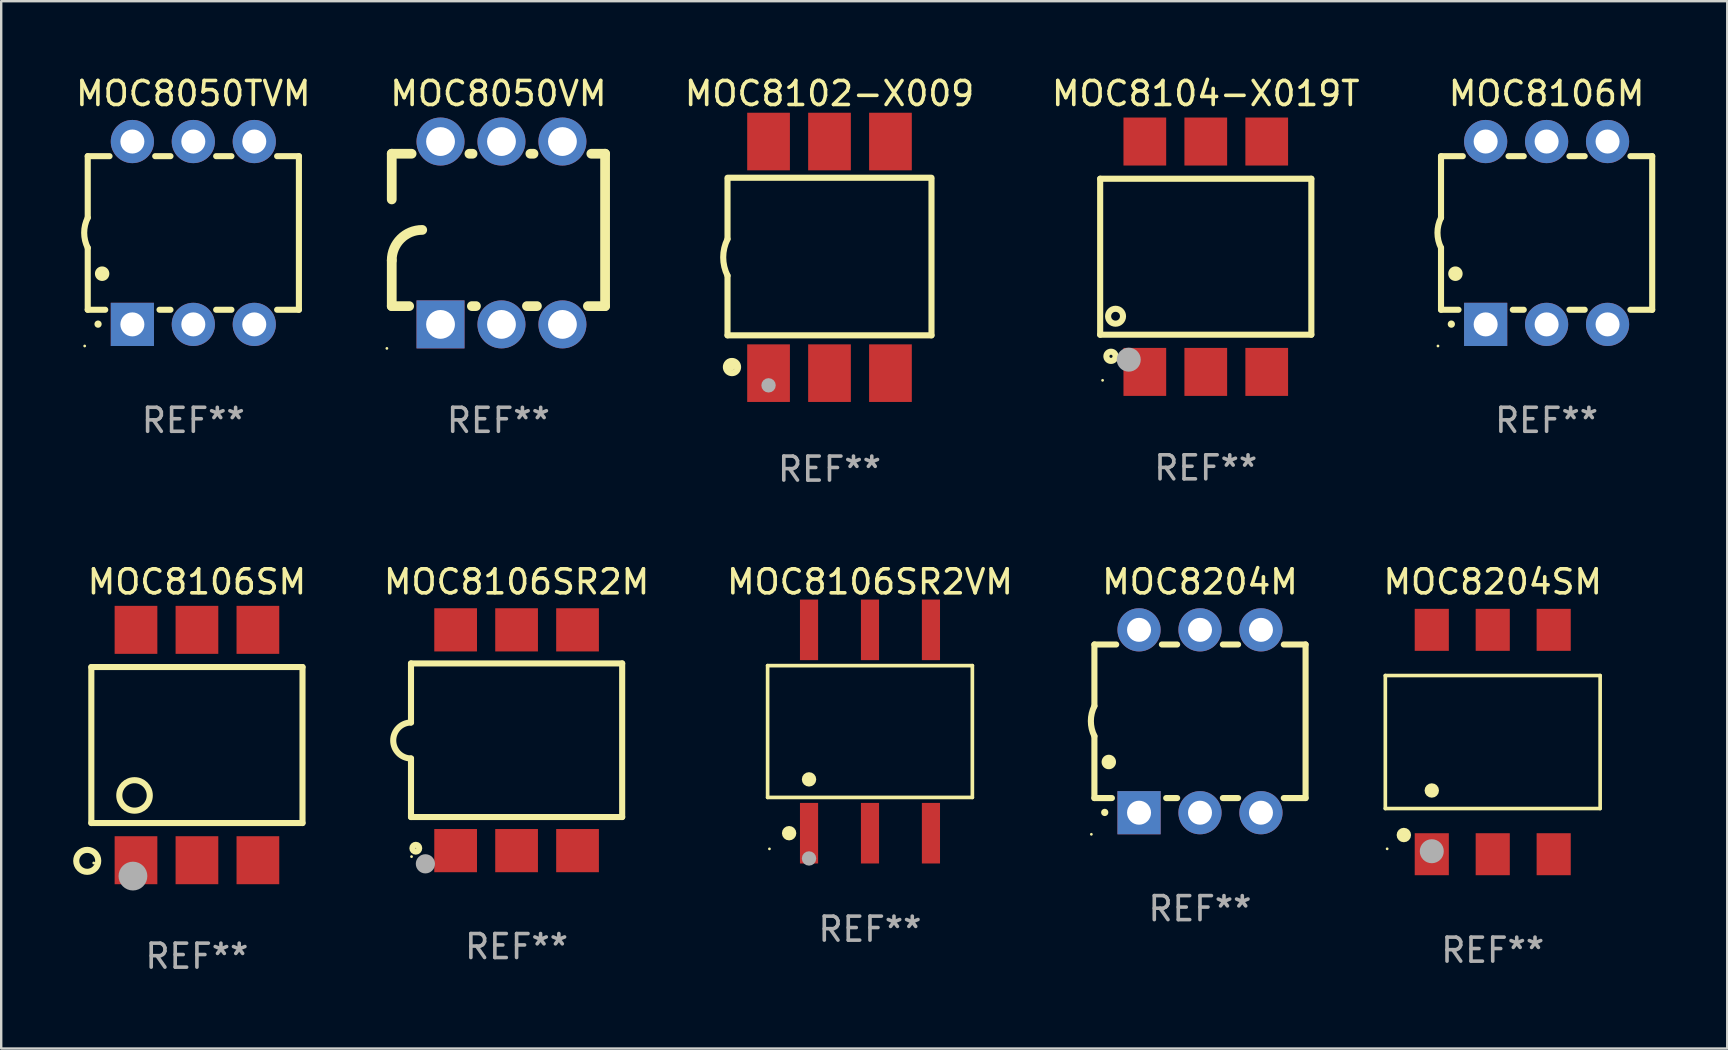
<source format=kicad_pcb>
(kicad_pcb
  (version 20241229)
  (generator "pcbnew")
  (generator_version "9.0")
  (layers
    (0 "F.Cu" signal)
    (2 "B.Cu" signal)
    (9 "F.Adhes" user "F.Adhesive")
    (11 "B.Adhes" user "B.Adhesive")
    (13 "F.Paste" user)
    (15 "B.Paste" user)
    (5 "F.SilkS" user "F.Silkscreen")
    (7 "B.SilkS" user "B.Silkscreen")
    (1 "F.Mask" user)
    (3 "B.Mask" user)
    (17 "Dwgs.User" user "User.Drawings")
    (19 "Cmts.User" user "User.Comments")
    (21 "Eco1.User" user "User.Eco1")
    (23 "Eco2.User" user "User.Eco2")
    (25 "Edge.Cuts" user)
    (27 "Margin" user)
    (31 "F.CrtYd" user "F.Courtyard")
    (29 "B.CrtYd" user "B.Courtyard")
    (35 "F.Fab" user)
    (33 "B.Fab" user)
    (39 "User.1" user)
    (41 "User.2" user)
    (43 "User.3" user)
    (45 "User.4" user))
  (footprint "MOC8102-X009"
    (layer "F.Cu")
    (at 31.517 7.674)
    (property "Reference" "MOC8102-X009" (at 0 -6.826 0) (layer "F.SilkS") (effects (font (size 1 1) (thickness 0.15))))
    (attr through_hole)
    (fp_line (start -4.25 -3.317) (end 4.25 -3.317) (stroke (width 0.254) (type solid)) (layer "F.SilkS"))
    (fp_line (start -4.25 -3.25) (end -4.25 -0.762) (stroke (width 0.254) (type solid)) (layer "F.SilkS"))
    (fp_line (start -4.25 3.25) (end -4.25 0.762) (stroke (width 0.254) (type solid)) (layer "F.SilkS"))
    (fp_line (start 4.25 -3.25) (end 4.25 3.25) (stroke (width 0.254) (type solid)) (layer "F.SilkS"))
    (fp_line (start 4.25 3.25) (end -4.25 3.25) (stroke (width 0.254) (type solid)) (layer "F.SilkS"))
    (fp_arc (start -4.249429 0.762001) (mid -4.429513 0.000068) (end -4.250013 -0.762002) (stroke (width 0.254001) (type solid)) (layer "F.SilkS"))
    (fp_circle (center -4.123 4.473) (end -3.996 4.473) (stroke (width 0.254) (type solid)) (fill no) (layer "F.SilkS"))
    (fp_circle (center -4.064 4.572) (end -3.81 4.572) (stroke (width 0.254) (type solid)) (fill no) (layer "F.SilkS"))
    (fp_circle (center -2.54 5.334) (end -2.39 5.334) (stroke (width 0.3) (type solid)) (fill no) (layer "F.Fab"))
    (fp_text user "REF**" (at 0 8.826 0) (layer "F.Fab") (effects (font (size 1 1) (thickness 0.15))))
    (pad "1" smd rect (at -2.54 4.826) (size 1.78 2.4) (layers "F.Cu" "F.Mask" "F.Paste"))
    (pad "2" smd rect (at 0 4.826) (size 1.78 2.4) (layers "F.Cu" "F.Mask" "F.Paste"))
    (pad "3" smd rect (at 2.54 4.826) (size 1.78 2.4) (layers "F.Cu" "F.Mask" "F.Paste"))
    (pad "4" smd rect (at 2.54 -4.826) (size 1.78 2.4) (layers "F.Cu" "F.Mask" "F.Paste"))
    (pad "5" smd rect (at 0 -4.826) (size 1.78 2.4) (layers "F.Cu" "F.Mask" "F.Paste"))
    (pad "6" smd rect (at -2.54 -4.826) (size 1.78 2.4) (layers "F.Cu" "F.Mask" "F.Paste")))
  (footprint "MOC8050VM"
    (layer "F.Cu")
    (at 17.72 6.658)
    (property "Reference" "MOC8050VM" (at 0 -5.81 0) (layer "F.SilkS") (effects (font (size 1 1) (thickness 0.15))))
    (attr through_hole)
    (fp_line (start -4.445 -1.397) (end -4.445 -3.302) (stroke (width 0.406) (type solid)) (layer "F.SilkS"))
    (fp_line (start -4.445 3.048) (end -4.445 1.143) (stroke (width 0.406) (type solid)) (layer "F.SilkS"))
    (fp_line (start -4.445 3.048) (end -3.72 3.048) (stroke (width 0.406) (type solid)) (layer "F.SilkS"))
    (fp_line (start -3.617 -3.302) (end -4.445 -3.302) (stroke (width 0.406) (type solid)) (layer "F.SilkS"))
    (fp_line (start -1.106 3.048) (end -0.935 3.048) (stroke (width 0.406) (type solid)) (layer "F.SilkS"))
    (fp_line (start -1.077 -3.302) (end -1.209 -3.302) (stroke (width 0.406) (type solid)) (layer "F.SilkS"))
    (fp_line (start 1.189 3.048) (end 1.605 3.048) (stroke (width 0.406) (type solid)) (layer "F.SilkS"))
    (fp_line (start 1.463 -3.302) (end 1.331 -3.302) (stroke (width 0.406) (type solid)) (layer "F.SilkS"))
    (fp_line (start 3.729 3.048) (end 4.445 3.048) (stroke (width 0.406) (type solid)) (layer "F.SilkS"))
    (fp_line (start 4.445 -3.302) (end 3.871 -3.302) (stroke (width 0.406) (type solid)) (layer "F.SilkS"))
    (fp_line (start 4.445 -3.302) (end 4.445 3.048) (stroke (width 0.406) (type solid)) (layer "F.SilkS"))
    (fp_arc (start -4.444983 1.143002) (mid -4.073008 0.244974) (end -3.17498 -0.127) (stroke (width 0.4064) (type solid)) (layer "F.SilkS"))
    (fp_circle (center -4.648 4.81) (end -4.618 4.81) (stroke (width 0.06) (type solid)) (fill no) (layer "F.SilkS"))
    (fp_text user "REF**" (at 0 7.81 0) (layer "F.Fab") (effects (font (size 1 1) (thickness 0.15))))
    (pad "1" thru_hole rect (at -2.413 3.81 90) (size 2 2) (drill 1.2) (layers "*.Cu" "*.Mask"))
    (pad "2" thru_hole circle (at 0.127 3.81) (size 2 2) (drill 1.2) (layers "*.Cu" "*.Mask"))
    (pad "3" thru_hole circle (at 2.667 3.81) (size 2 2) (drill 1.2) (layers "*.Cu" "*.Mask"))
    (pad "4" thru_hole circle (at 2.667 -3.81) (size 2 2) (drill 1.2) (layers "*.Cu" "*.Mask"))
    (pad "5" thru_hole circle (at 0.127 -3.81) (size 2 2) (drill 1.2) (layers "*.Cu" "*.Mask"))
    (pad "6" thru_hole circle (at -2.413 -3.81) (size 2 2) (drill 1.2) (layers "*.Cu" "*.Mask")))
  (footprint "MOC8204M"
    (layer "F.Cu")
    (at 46.956 27.007)
    (property "Reference" "MOC8204M" (at 0 -5.81 0) (layer "F.SilkS") (effects (font (size 1 1) (thickness 0.15))))
    (attr through_hole)
    (fp_line (start -4.4 -3.2) (end -4.4 -0.635) (stroke (width 0.254) (type solid)) (layer "F.SilkS"))
    (fp_line (start -4.4 -3.2) (end -3.492 -3.2) (stroke (width 0.254) (type solid)) (layer "F.SilkS"))
    (fp_line (start -4.4 3.2) (end -4.4 0.619) (stroke (width 0.254) (type solid)) (layer "F.SilkS"))
    (fp_line (start -3.671 3.2) (end -4.4 3.2) (stroke (width 0.254) (type solid)) (layer "F.SilkS"))
    (fp_line (start -1.588 -3.2) (end -0.952 -3.2) (stroke (width 0.254) (type solid)) (layer "F.SilkS"))
    (fp_line (start -0.952 3.2) (end -1.409 3.2) (stroke (width 0.254) (type solid)) (layer "F.SilkS"))
    (fp_line (start 0.952 -3.2) (end 1.588 -3.2) (stroke (width 0.254) (type solid)) (layer "F.SilkS"))
    (fp_line (start 1.588 3.2) (end 0.952 3.2) (stroke (width 0.254) (type solid)) (layer "F.SilkS"))
    (fp_line (start 3.492 -3.2) (end 4.4 -3.2) (stroke (width 0.254) (type solid)) (layer "F.SilkS"))
    (fp_line (start 4.4 -3.2) (end 4.4 3.2) (stroke (width 0.254) (type solid)) (layer "F.SilkS"))
    (fp_line (start 4.4 3.2) (end 3.492 3.2) (stroke (width 0.254) (type solid)) (layer "F.SilkS"))
    (fp_arc (start -4.399288 0.619762) (mid -4.547636 -0.007536) (end -4.4 -0.635001) (stroke (width 0.254001) (type solid)) (layer "F.SilkS"))
    (fp_arc (start -3.970028 3.799848) (mid -3.970033 3.798578) (end -3.970028 3.797308) (stroke (width 0.3) (type solid)) (layer "F.SilkS"))
    (fp_arc (start -3.799848 1.699263) (mid -3.799859 1.696723) (end -3.799848 1.694183) (stroke (width 0.6) (type solid)) (layer "F.SilkS"))
    (fp_circle (center -4.527 4.71) (end -4.497 4.71) (stroke (width 0.06) (type solid)) (fill no) (layer "F.SilkS"))
    (fp_text user "REF**" (at 0 7.81 0) (layer "F.Fab") (effects (font (size 1 1) (thickness 0.15))))
    (pad "1" thru_hole rect (at -2.54 3.81 180) (size 1.8 1.8) (drill 1) (layers "*.Cu" "*.Mask"))
    (pad "2" thru_hole circle (at 0 3.81) (size 1.8 1.8) (drill 1) (layers "*.Cu" "*.Mask"))
    (pad "3" thru_hole circle (at 2.54 3.81) (size 1.8 1.8) (drill 1) (layers "*.Cu" "*.Mask"))
    (pad "4" thru_hole circle (at 2.54 -3.81) (size 1.8 1.8) (drill 1) (layers "*.Cu" "*.Mask"))
    (pad "5" thru_hole circle (at 0 -3.81) (size 1.8 1.8) (drill 1) (layers "*.Cu" "*.Mask"))
    (pad "6" thru_hole circle (at -2.54 -3.81) (size 1.8 1.8) (drill 1) (layers "*.Cu" "*.Mask")))
  (footprint "MOC8106M"
    (layer "F.Cu")
    (at 61.4 6.658)
    (property "Reference" "MOC8106M" (at 0 -5.81 0) (layer "F.SilkS") (effects (font (size 1 1) (thickness 0.15))))
    (attr through_hole)
    (fp_line (start -4.4 -3.2) (end -4.4 -0.635) (stroke (width 0.254) (type solid)) (layer "F.SilkS"))
    (fp_line (start -4.4 -3.2) (end -3.492 -3.2) (stroke (width 0.254) (type solid)) (layer "F.SilkS"))
    (fp_line (start -4.4 3.2) (end -4.4 0.619) (stroke (width 0.254) (type solid)) (layer "F.SilkS"))
    (fp_line (start -3.671 3.2) (end -4.4 3.2) (stroke (width 0.254) (type solid)) (layer "F.SilkS"))
    (fp_line (start -1.588 -3.2) (end -0.952 -3.2) (stroke (width 0.254) (type solid)) (layer "F.SilkS"))
    (fp_line (start -0.952 3.2) (end -1.409 3.2) (stroke (width 0.254) (type solid)) (layer "F.SilkS"))
    (fp_line (start 0.952 -3.2) (end 1.588 -3.2) (stroke (width 0.254) (type solid)) (layer "F.SilkS"))
    (fp_line (start 1.588 3.2) (end 0.952 3.2) (stroke (width 0.254) (type solid)) (layer "F.SilkS"))
    (fp_line (start 3.492 -3.2) (end 4.4 -3.2) (stroke (width 0.254) (type solid)) (layer "F.SilkS"))
    (fp_line (start 4.4 -3.2) (end 4.4 3.2) (stroke (width 0.254) (type solid)) (layer "F.SilkS"))
    (fp_line (start 4.4 3.2) (end 3.492 3.2) (stroke (width 0.254) (type solid)) (layer "F.SilkS"))
    (fp_arc (start -4.399288 0.619762) (mid -4.547636 -0.007536) (end -4.4 -0.635001) (stroke (width 0.254001) (type solid)) (layer "F.SilkS"))
    (fp_arc (start -3.970028 3.799848) (mid -3.970033 3.798578) (end -3.970028 3.797308) (stroke (width 0.3) (type solid)) (layer "F.SilkS"))
    (fp_arc (start -3.799848 1.699263) (mid -3.799859 1.696723) (end -3.799848 1.694183) (stroke (width 0.6) (type solid)) (layer "F.SilkS"))
    (fp_circle (center -4.527 4.71) (end -4.497 4.71) (stroke (width 0.06) (type solid)) (fill no) (layer "F.SilkS"))
    (fp_text user "REF**" (at 0 7.81 0) (layer "F.Fab") (effects (font (size 1 1) (thickness 0.15))))
    (pad "1" thru_hole rect (at -2.54 3.81 180) (size 1.8 1.8) (drill 1) (layers "*.Cu" "*.Mask"))
    (pad "2" thru_hole circle (at 0 3.81) (size 1.8 1.8) (drill 1) (layers "*.Cu" "*.Mask"))
    (pad "3" thru_hole circle (at 2.54 3.81) (size 1.8 1.8) (drill 1) (layers "*.Cu" "*.Mask"))
    (pad "4" thru_hole circle (at 2.54 -3.81) (size 1.8 1.8) (drill 1) (layers "*.Cu" "*.Mask"))
    (pad "5" thru_hole circle (at 0 -3.81) (size 1.8 1.8) (drill 1) (layers "*.Cu" "*.Mask"))
    (pad "6" thru_hole circle (at -2.54 -3.81) (size 1.8 1.8) (drill 1) (layers "*.Cu" "*.Mask")))
  (footprint "MOC8050TVM"
    (layer "F.Cu")
    (at 5.006 6.658)
    (property "Reference" "MOC8050TVM" (at 0 -5.81 0) (layer "F.SilkS") (effects (font (size 1 1) (thickness 0.15))))
    (attr through_hole)
    (fp_line (start -4.4 -3.2) (end -4.4 -0.635) (stroke (width 0.254) (type solid)) (layer "F.SilkS"))
    (fp_line (start -4.4 -3.2) (end -3.492 -3.2) (stroke (width 0.254) (type solid)) (layer "F.SilkS"))
    (fp_line (start -4.4 3.2) (end -4.4 0.619) (stroke (width 0.254) (type solid)) (layer "F.SilkS"))
    (fp_line (start -3.671 3.2) (end -4.4 3.2) (stroke (width 0.254) (type solid)) (layer "F.SilkS"))
    (fp_line (start -1.588 -3.2) (end -0.952 -3.2) (stroke (width 0.254) (type solid)) (layer "F.SilkS"))
    (fp_line (start -0.952 3.2) (end -1.409 3.2) (stroke (width 0.254) (type solid)) (layer "F.SilkS"))
    (fp_line (start 0.952 -3.2) (end 1.588 -3.2) (stroke (width 0.254) (type solid)) (layer "F.SilkS"))
    (fp_line (start 1.588 3.2) (end 0.952 3.2) (stroke (width 0.254) (type solid)) (layer "F.SilkS"))
    (fp_line (start 3.492 -3.2) (end 4.4 -3.2) (stroke (width 0.254) (type solid)) (layer "F.SilkS"))
    (fp_line (start 4.4 -3.2) (end 4.4 3.2) (stroke (width 0.254) (type solid)) (layer "F.SilkS"))
    (fp_line (start 4.4 3.2) (end 3.492 3.2) (stroke (width 0.254) (type solid)) (layer "F.SilkS"))
    (fp_arc (start -4.399288 0.619762) (mid -4.547636 -0.007536) (end -4.4 -0.635001) (stroke (width 0.254001) (type solid)) (layer "F.SilkS"))
    (fp_arc (start -3.970028 3.799848) (mid -3.970033 3.798578) (end -3.970028 3.797308) (stroke (width 0.3) (type solid)) (layer "F.SilkS"))
    (fp_arc (start -3.799848 1.699263) (mid -3.799859 1.696723) (end -3.799848 1.694183) (stroke (width 0.6) (type solid)) (layer "F.SilkS"))
    (fp_circle (center -4.527 4.71) (end -4.497 4.71) (stroke (width 0.06) (type solid)) (fill no) (layer "F.SilkS"))
    (fp_text user "REF**" (at 0 7.81 0) (layer "F.Fab") (effects (font (size 1 1) (thickness 0.15))))
    (pad "1" thru_hole rect (at -2.54 3.81 180) (size 1.8 1.8) (drill 1) (layers "*.Cu" "*.Mask"))
    (pad "2" thru_hole circle (at 0 3.81) (size 1.8 1.8) (drill 1) (layers "*.Cu" "*.Mask"))
    (pad "3" thru_hole circle (at 2.54 3.81) (size 1.8 1.8) (drill 1) (layers "*.Cu" "*.Mask"))
    (pad "4" thru_hole circle (at 2.54 -3.81) (size 1.8 1.8) (drill 1) (layers "*.Cu" "*.Mask"))
    (pad "5" thru_hole circle (at 0 -3.81) (size 1.8 1.8) (drill 1) (layers "*.Cu" "*.Mask"))
    (pad "6" thru_hole circle (at -2.54 -3.81) (size 1.8 1.8) (drill 1) (layers "*.Cu" "*.Mask")))
  (footprint "MOC8204SM"
    (layer "F.Cu")
    (at 59.155 27.872)
    (property "Reference" "MOC8204SM" (at 0 -6.675 0) (layer "F.SilkS") (effects (font (size 1 1) (thickness 0.15))))
    (attr through_hole)
    (fp_line (start -4.476 -2.771) (end 4.476 -2.771) (stroke (width 0.152) (type solid)) (layer "F.SilkS"))
    (fp_line (start -4.476 2.771) (end -4.476 -2.771) (stroke (width 0.152) (type solid)) (layer "F.SilkS"))
    (fp_line (start 4.476 -2.771) (end 4.476 2.771) (stroke (width 0.152) (type solid)) (layer "F.SilkS"))
    (fp_line (start 4.476 2.771) (end -4.476 2.771) (stroke (width 0.152) (type solid)) (layer "F.SilkS"))
    (fp_circle (center -4.4 4.45) (end -4.37 4.45) (stroke (width 0.06) (type solid)) (fill no) (layer "F.SilkS"))
    (fp_circle (center -3.704 3.875) (end -3.553 3.875) (stroke (width 0.3) (type solid)) (fill no) (layer "F.SilkS"))
    (fp_circle (center -2.54 2.019) (end -2.39 2.019) (stroke (width 0.3) (type solid)) (fill no) (layer "F.SilkS"))
    (fp_circle (center -2.54 4.55) (end -2.29 4.55) (stroke (width 0.5) (type solid)) (fill no) (layer "F.Fab"))
    (fp_text user "REF**" (at 0 8.675 0) (layer "F.Fab") (effects (font (size 1 1) (thickness 0.15))))
    (pad "1" smd rect (at -2.54 4.675) (size 1.422 1.75) (layers "F.Cu" "F.Mask" "F.Paste"))
    (pad "2" smd rect (at 0 4.675) (size 1.422 1.75) (layers "F.Cu" "F.Mask" "F.Paste"))
    (pad "3" smd rect (at 2.54 4.675) (size 1.422 1.75) (layers "F.Cu" "F.Mask" "F.Paste"))
    (pad "4" smd rect (at 2.54 -4.675) (size 1.422 1.75) (layers "F.Cu" "F.Mask" "F.Paste"))
    (pad "5" smd rect (at 0 -4.675) (size 1.422 1.75) (layers "F.Cu" "F.Mask" "F.Paste"))
    (pad "6" smd rect (at -2.54 -4.675) (size 1.422 1.75) (layers "F.Cu" "F.Mask" "F.Paste")))
  (footprint "MOC8104-X019T"
    (layer "F.Cu")
    (at 47.196 7.648)
    (property "Reference" "MOC8104-X019T" (at 0 -6.8 0) (layer "F.SilkS") (effects (font (size 1 1) (thickness 0.15))))
    (attr through_hole)
    (fp_line (start -4.4 -3.25) (end -4.4 3.25) (stroke (width 0.254) (type solid)) (layer "F.SilkS"))
    (fp_line (start -4.4 -3.25) (end 4.4 -3.25) (stroke (width 0.254) (type solid)) (layer "F.SilkS"))
    (fp_line (start 4.4 3.25) (end -4.4 3.25) (stroke (width 0.254) (type solid)) (layer "F.SilkS"))
    (fp_line (start 4.4 3.25) (end 4.4 -3.25) (stroke (width 0.254) (type solid)) (layer "F.SilkS"))
    (fp_circle (center -4.299 5.15) (end -4.269 5.15) (stroke (width 0.06) (type solid)) (fill no) (layer "F.SilkS"))
    (fp_circle (center -3.949 4.15) (end -3.757 4.15) (stroke (width 0.254) (type solid)) (fill no) (layer "F.SilkS"))
    (fp_circle (center -3.759 2.48) (end -3.448 2.48) (stroke (width 0.254) (type solid)) (fill no) (layer "F.SilkS"))
    (fp_circle (center -3.209 4.29) (end -2.959 4.29) (stroke (width 0.5) (type solid)) (fill no) (layer "F.Fab"))
    (fp_text user "REF**" (at 0 8.8 0) (layer "F.Fab") (effects (font (size 1 1) (thickness 0.15))))
    (pad "1" smd rect (at -2.539 4.8) (size 1.78 2) (layers "F.Cu" "F.Mask" "F.Paste"))
    (pad "2" smd rect (at 0.001 4.8) (size 1.78 2) (layers "F.Cu" "F.Mask" "F.Paste"))
    (pad "3" smd rect (at 2.541 4.8) (size 1.78 2) (layers "F.Cu" "F.Mask" "F.Paste"))
    (pad "4" smd rect (at 2.541 -4.8) (size 1.78 2) (layers "F.Cu" "F.Mask" "F.Paste"))
    (pad "5" smd rect (at 0.001 -4.8) (size 1.78 2) (layers "F.Cu" "F.Mask" "F.Paste"))
    (pad "6" smd rect (at -2.539 -4.8) (size 1.78 2) (layers "F.Cu" "F.Mask" "F.Paste")))
  (footprint "MOC8106SR2M"
    (layer "F.Cu")
    (at 18.477 27.797)
    (property "Reference" "MOC8106SR2M" (at 0 -6.6 0) (layer "F.SilkS") (effects (font (size 1 1) (thickness 0.15))))
    (attr through_hole)
    (fp_line (start -4.4 -3.2) (end 4.4 -3.2) (stroke (width 0.254) (type solid)) (layer "F.SilkS"))
    (fp_line (start -4.4 -0.74) (end -4.4 -3.2) (stroke (width 0.254) (type solid)) (layer "F.SilkS"))
    (fp_line (start -4.4 3.2) (end -4.4 0.76) (stroke (width 0.254) (type solid)) (layer "F.SilkS"))
    (fp_line (start 4.4 -3.2) (end 4.4 3.2) (stroke (width 0.254) (type solid)) (layer "F.SilkS"))
    (fp_line (start 4.4 3.2) (end -4.4 3.2) (stroke (width 0.254) (type solid)) (layer "F.SilkS"))
    (fp_arc (start -4.4 0.76002) (mid -5.148869 0.010084) (end -4.399289 -0.73914) (stroke (width 0.254001) (type solid)) (layer "F.SilkS"))
    (fp_circle (center -4.377 4.85) (end -4.347 4.85) (stroke (width 0.06) (type solid)) (fill no) (layer "F.SilkS"))
    (fp_circle (center -4.2 4.5) (end -4.058 4.5) (stroke (width 0.254) (type solid)) (fill no) (layer "F.SilkS"))
    (fp_circle (center -3.8 5.15) (end -3.6 5.15) (stroke (width 0.4) (type solid)) (fill no) (layer "F.Fab"))
    (fp_text user "REF**" (at 0 8.6 0) (layer "F.Fab") (effects (font (size 1 1) (thickness 0.15))))
    (pad "1" smd rect (at -2.54 4.6) (size 1.78 1.8) (layers "F.Cu" "F.Mask" "F.Paste"))
    (pad "2" smd rect (at 0 4.6) (size 1.78 1.8) (layers "F.Cu" "F.Mask" "F.Paste"))
    (pad "3" smd rect (at 2.54 4.6) (size 1.78 1.8) (layers "F.Cu" "F.Mask" "F.Paste"))
    (pad "4" smd rect (at 2.54 -4.6) (size 1.78 1.8) (layers "F.Cu" "F.Mask" "F.Paste"))
    (pad "5" smd rect (at 0 -4.6) (size 1.78 1.8) (layers "F.Cu" "F.Mask" "F.Paste"))
    (pad "6" smd rect (at -2.54 -4.6) (size 1.78 1.8) (layers "F.Cu" "F.Mask" "F.Paste")))
  (footprint "MOC8106SR2VM"
    (layer "F.Cu")
    (at 33.204 27.434)
    (property "Reference" "MOC8106SR2VM" (at 0 -6.237 0) (layer "F.SilkS") (effects (font (size 1 1) (thickness 0.15))))
    (attr through_hole)
    (fp_line (start -4.266 -2.746) (end 4.266 -2.746) (stroke (width 0.152) (type solid)) (layer "F.SilkS"))
    (fp_line (start -4.266 2.746) (end -4.266 -2.746) (stroke (width 0.152) (type solid)) (layer "F.SilkS"))
    (fp_line (start 4.266 -2.746) (end 4.266 2.746) (stroke (width 0.152) (type solid)) (layer "F.SilkS"))
    (fp_line (start 4.266 2.746) (end -4.266 2.746) (stroke (width 0.152) (type solid)) (layer "F.SilkS"))
    (fp_circle (center -4.19 4.89) (end -4.16 4.89) (stroke (width 0.06) (type solid)) (fill no) (layer "F.SilkS"))
    (fp_circle (center -3.37 4.237) (end -3.22 4.237) (stroke (width 0.3) (type solid)) (fill no) (layer "F.SilkS"))
    (fp_circle (center -2.54 1.994) (end -2.39 1.994) (stroke (width 0.3) (type solid)) (fill no) (layer "F.SilkS"))
    (fp_circle (center -2.54 5.29) (end -2.39 5.29) (stroke (width 0.3) (type solid)) (fill no) (layer "F.Fab"))
    (fp_text user "REF**" (at 0 8.237 0) (layer "F.Fab") (effects (font (size 1 1) (thickness 0.15))))
    (pad "1" smd rect (at -2.54 4.237) (size 0.756 2.524) (layers "F.Cu" "F.Mask" "F.Paste"))
    (pad "2" smd rect (at 0 4.237) (size 0.756 2.524) (layers "F.Cu" "F.Mask" "F.Paste"))
    (pad "3" smd rect (at 2.54 4.237) (size 0.756 2.524) (layers "F.Cu" "F.Mask" "F.Paste"))
    (pad "4" smd rect (at 2.54 -4.237) (size 0.756 2.524) (layers "F.Cu" "F.Mask" "F.Paste"))
    (pad "5" smd rect (at 0 -4.237) (size 0.756 2.524) (layers "F.Cu" "F.Mask" "F.Paste"))
    (pad "6" smd rect (at -2.54 -4.237) (size 0.756 2.524) (layers "F.Cu" "F.Mask" "F.Paste")))
  (footprint "MOC8106SM"
    (layer "F.Cu")
    (at 5.156 27.997)
    (property "Reference" "MOC8106SM" (at 0 -6.8 0) (layer "F.SilkS") (effects (font (size 1 1) (thickness 0.15))))
    (attr through_hole)
    (fp_line (start -4.4 -3.25) (end -4.4 3.25) (stroke (width 0.254) (type solid)) (layer "F.SilkS"))
    (fp_line (start -4.4 -3.25) (end 4.4 -3.25) (stroke (width 0.254) (type solid)) (layer "F.SilkS"))
    (fp_line (start 4.4 3.25) (end -4.4 3.25) (stroke (width 0.254) (type solid)) (layer "F.SilkS"))
    (fp_line (start 4.4 3.25) (end 4.4 -3.25) (stroke (width 0.254) (type solid)) (layer "F.SilkS"))
    (fp_circle (center -4.571 4.826) (end -4.113 4.826) (stroke (width 0.254) (type solid)) (fill no) (layer "F.SilkS"))
    (fp_circle (center -4.299 4.915) (end -4.269 4.915) (stroke (width 0.06) (type solid)) (fill no) (layer "F.SilkS"))
    (fp_circle (center -2.6 2.1) (end -1.965 2.1) (stroke (width 0.254) (type solid)) (fill no) (layer "F.SilkS"))
    (fp_circle (center -2.666 5.461) (end -2.366 5.461) (stroke (width 0.6) (type solid)) (fill no) (layer "F.Fab"))
    (fp_text user "REF**" (at 0 8.8 0) (layer "F.Fab") (effects (font (size 1 1) (thickness 0.15))))
    (pad "1" smd rect (at -2.539 4.8) (size 1.78 2) (layers "F.Cu" "F.Mask" "F.Paste"))
    (pad "2" smd rect (at 0.001 4.8) (size 1.78 2) (layers "F.Cu" "F.Mask" "F.Paste"))
    (pad "3" smd rect (at 2.541 4.8) (size 1.78 2) (layers "F.Cu" "F.Mask" "F.Paste"))
    (pad "4" smd rect (at 2.541 -4.8) (size 1.78 2) (layers "F.Cu" "F.Mask" "F.Paste"))
    (pad "5" smd rect (at 0.001 -4.8) (size 1.78 2) (layers "F.Cu" "F.Mask" "F.Paste"))
    (pad "6" smd rect (at -2.539 -4.8) (size 1.78 2) (layers "F.Cu" "F.Mask" "F.Paste")))
  (gr_rect
    (start -3 -3)
    (end 68.927 40.645)
    (stroke (width 0.1) (type default))
    (fill no)
    (layer "Edge.Cuts")))
</source>
